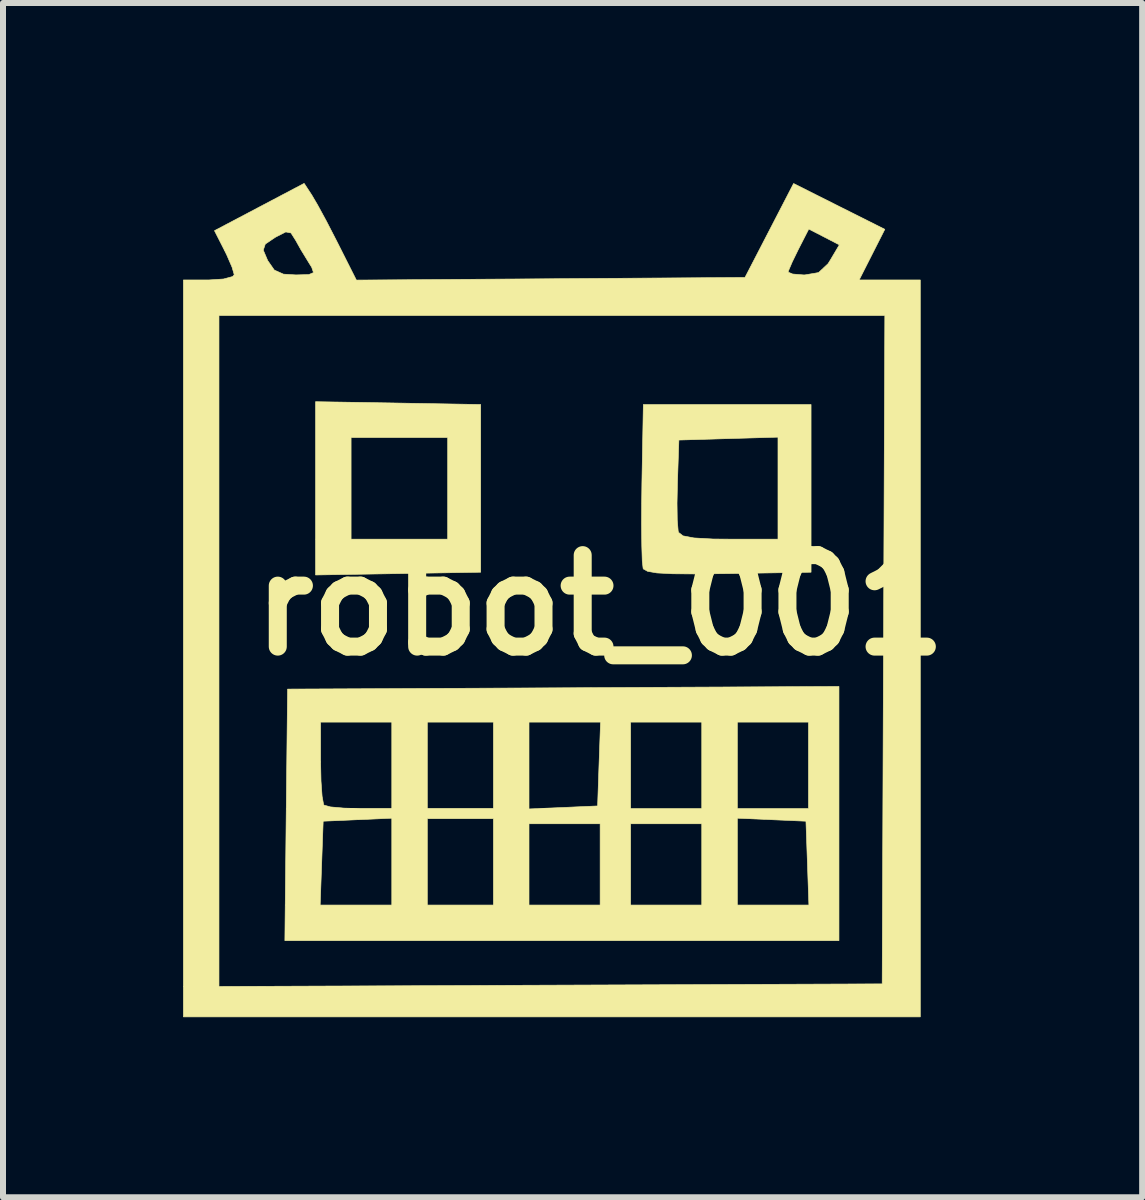
<source format=kicad_pcb>
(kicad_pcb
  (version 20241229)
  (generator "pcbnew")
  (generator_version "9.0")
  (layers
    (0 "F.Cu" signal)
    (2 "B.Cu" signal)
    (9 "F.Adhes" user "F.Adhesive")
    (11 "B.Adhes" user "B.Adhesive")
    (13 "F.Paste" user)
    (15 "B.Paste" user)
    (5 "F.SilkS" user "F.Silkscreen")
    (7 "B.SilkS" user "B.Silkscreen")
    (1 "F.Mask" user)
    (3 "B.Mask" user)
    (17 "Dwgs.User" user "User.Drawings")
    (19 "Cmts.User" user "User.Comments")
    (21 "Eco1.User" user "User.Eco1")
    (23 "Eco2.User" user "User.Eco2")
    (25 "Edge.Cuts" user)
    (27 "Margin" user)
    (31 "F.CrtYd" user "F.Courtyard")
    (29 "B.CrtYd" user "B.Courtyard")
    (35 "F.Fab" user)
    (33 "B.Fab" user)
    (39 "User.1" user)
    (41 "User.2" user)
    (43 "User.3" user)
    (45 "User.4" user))
  (footprint "robot_001"
    (layer "F.Cu")
    (at 6.948 7.033)
    (property "Reference" "robot_001" (at 0 0 0) (layer "F.SilkS") (effects (font (size 1.524 1.524) (thickness 0.3))))
    (attr through_hole)
    (fp_poly (pts (xy -3.365 -3.368) (xy -1.99 -3.344) (xy -1.99 -0.55) (xy -3.365 -0.527) (xy -4.741 -0.504) (xy -4.741 -2.794) (xy -4.149 -2.794) (xy -4.149 -1.101) (xy -2.54 -1.101) (xy -2.54 -2.794) (xy -4.149 -2.794) (xy -4.741 -2.794) (xy -4.741 -3.391) (xy -3.365 -3.368)) (stroke (width 0.01) (type solid)) (fill yes) (layer "F.SilkS"))
    (fp_poly (pts (xy 3.514 -0.55) (xy 2.136 -0.527) (xy 1.598 -0.521) (xy 1.208 -0.524) (xy 0.946 -0.538) (xy 0.791 -0.565) (xy 0.721 -0.604) (xy 0.716 -0.615) (xy 0.702 -0.735) (xy 0.694 -0.992) (xy 0.69 -1.354) (xy 0.692 -1.698) (xy 1.281 -1.698) (xy 1.285 -1.415) (xy 1.3 -1.239) (xy 1.306 -1.214) (xy 1.38 -1.156) (xy 1.564 -1.121) (xy 1.88 -1.103) (xy 2.156 -1.101) (xy 2.963 -1.101) (xy 2.963 -2.8) (xy 2.138 -2.776) (xy 1.312 -2.752) (xy 1.288 -2.039) (xy 1.281 -1.698) (xy 0.692 -1.698) (xy 0.693 -1.789) (xy 0.696 -2.036) (xy 0.72 -3.344) (xy 3.514 -3.344) (xy 3.514 -0.55)) (stroke (width 0.01) (type solid)) (fill yes) (layer "F.SilkS"))
    (fp_poly (pts (xy -4.805 -6.836) (xy -4.707 -6.669) (xy -4.562 -6.403) (xy -4.4 -6.089) (xy -4.37 -6.03) (xy -4.061 -5.417) (xy -0.824 -5.439) (xy 2.413 -5.461) (xy 2.459 -5.549) (xy 3.133 -5.549) (xy 3.207 -5.518) (xy 3.388 -5.503) (xy 3.411 -5.503) (xy 3.639 -5.542) (xy 3.797 -5.69) (xy 3.837 -5.754) (xy 3.985 -6.004) (xy 3.73 -6.136) (xy 3.476 -6.267) (xy 3.304 -5.931) (xy 3.2 -5.718) (xy 3.139 -5.575) (xy 3.133 -5.549) (xy 2.459 -5.549) (xy 3.223 -7.026) (xy 3.983 -6.644) (xy 4.743 -6.263) (xy 4.529 -5.841) (xy 4.315 -5.419) (xy 5.334 -5.419) (xy 5.334 6.858) (xy -6.943 6.858) (xy -6.943 -4.826) (xy -6.35 -4.826) (xy -6.35 6.351) (xy 4.699 6.308) (xy 4.721 0.741) (xy 4.743 -4.826) (xy -6.35 -4.826) (xy -6.943 -4.826) (xy -6.943 -5.419) (xy -6.519 -5.419) (xy -6.274 -5.435) (xy -6.122 -5.476) (xy -6.096 -5.507) (xy -6.132 -5.632) (xy -6.222 -5.839) (xy -6.26 -5.916) (xy -5.612 -5.916) (xy -5.542 -5.751) (xy -5.538 -5.742) (xy -5.428 -5.584) (xy -5.276 -5.516) (xy -5.068 -5.503) (xy -4.852 -5.509) (xy -4.775 -5.542) (xy -4.805 -5.63) (xy -4.845 -5.694) (xy -4.985 -5.923) (xy -5.071 -6.077) (xy -5.15 -6.202) (xy -5.237 -6.219) (xy -5.398 -6.137) (xy -5.417 -6.126) (xy -5.578 -6.017) (xy -5.612 -5.916) (xy -6.26 -5.916) (xy -6.261 -5.918) (xy -6.425 -6.24) (xy -5.678 -6.634) (xy -4.931 -7.028) (xy -4.805 -6.836)) (stroke (width 0.01) (type solid)) (fill yes) (layer "F.SilkS"))
    (fp_poly (pts (xy 3.979 5.588) (xy -5.252 5.588) (xy -5.246 4.995) (xy -4.664 4.995) (xy -3.471 4.995) (xy -3.471 3.556) (xy -2.879 3.556) (xy -2.879 4.995) (xy -1.778 4.995) (xy -1.778 3.641) (xy -1.185 3.641) (xy -1.185 4.995) (xy 0 4.995) (xy 0 3.641) (xy 0.508 3.641) (xy 0.508 4.995) (xy 1.693 4.995) (xy 2.286 4.995) (xy 3.478 4.995) (xy 3.429 3.598) (xy 2.286 3.548) (xy 2.286 4.995) (xy 1.693 4.995) (xy 1.693 3.641) (xy 0.508 3.641) (xy 0 3.641) (xy -1.185 3.641) (xy -1.778 3.641) (xy -1.778 3.556) (xy -2.879 3.556) (xy -3.471 3.556) (xy -3.471 3.548) (xy -4.614 3.598) (xy -4.664 4.995) (xy -5.246 4.995) (xy -5.23 3.493) (xy -5.213 1.947) (xy -4.657 1.947) (xy -4.657 2.611) (xy -4.65 2.931) (xy -4.632 3.182) (xy -4.607 3.32) (xy -4.6 3.33) (xy -4.492 3.36) (xy -4.266 3.38) (xy -4.008 3.387) (xy -3.471 3.387) (xy -3.471 1.947) (xy -2.879 1.947) (xy -2.879 3.387) (xy -1.778 3.387) (xy -1.778 1.947) (xy -1.185 1.947) (xy -1.185 3.394) (xy -0.042 3.344) (xy -0.018 2.646) (xy 0.007 1.947) (xy 0.508 1.947) (xy 0.508 3.387) (xy 1.693 3.387) (xy 1.693 1.947) (xy 2.286 1.947) (xy 2.286 3.387) (xy 3.471 3.387) (xy 3.471 1.947) (xy 2.286 1.947) (xy 1.693 1.947) (xy 0.508 1.947) (xy 0.007 1.947) (xy -1.185 1.947) (xy -1.778 1.947) (xy -2.879 1.947) (xy -3.471 1.947) (xy -4.657 1.947) (xy -5.213 1.947) (xy -5.207 1.397) (xy 3.979 1.353) (xy 3.979 5.588)) (stroke (width 0.01) (type solid)) (fill yes) (layer "F.SilkS")))
  (gr_rect
    (start -3 -3)
    (end 15.978 16.896)
    (stroke (width 0.1) (type default))
    (fill no)
    (layer "Edge.Cuts")))
</source>
